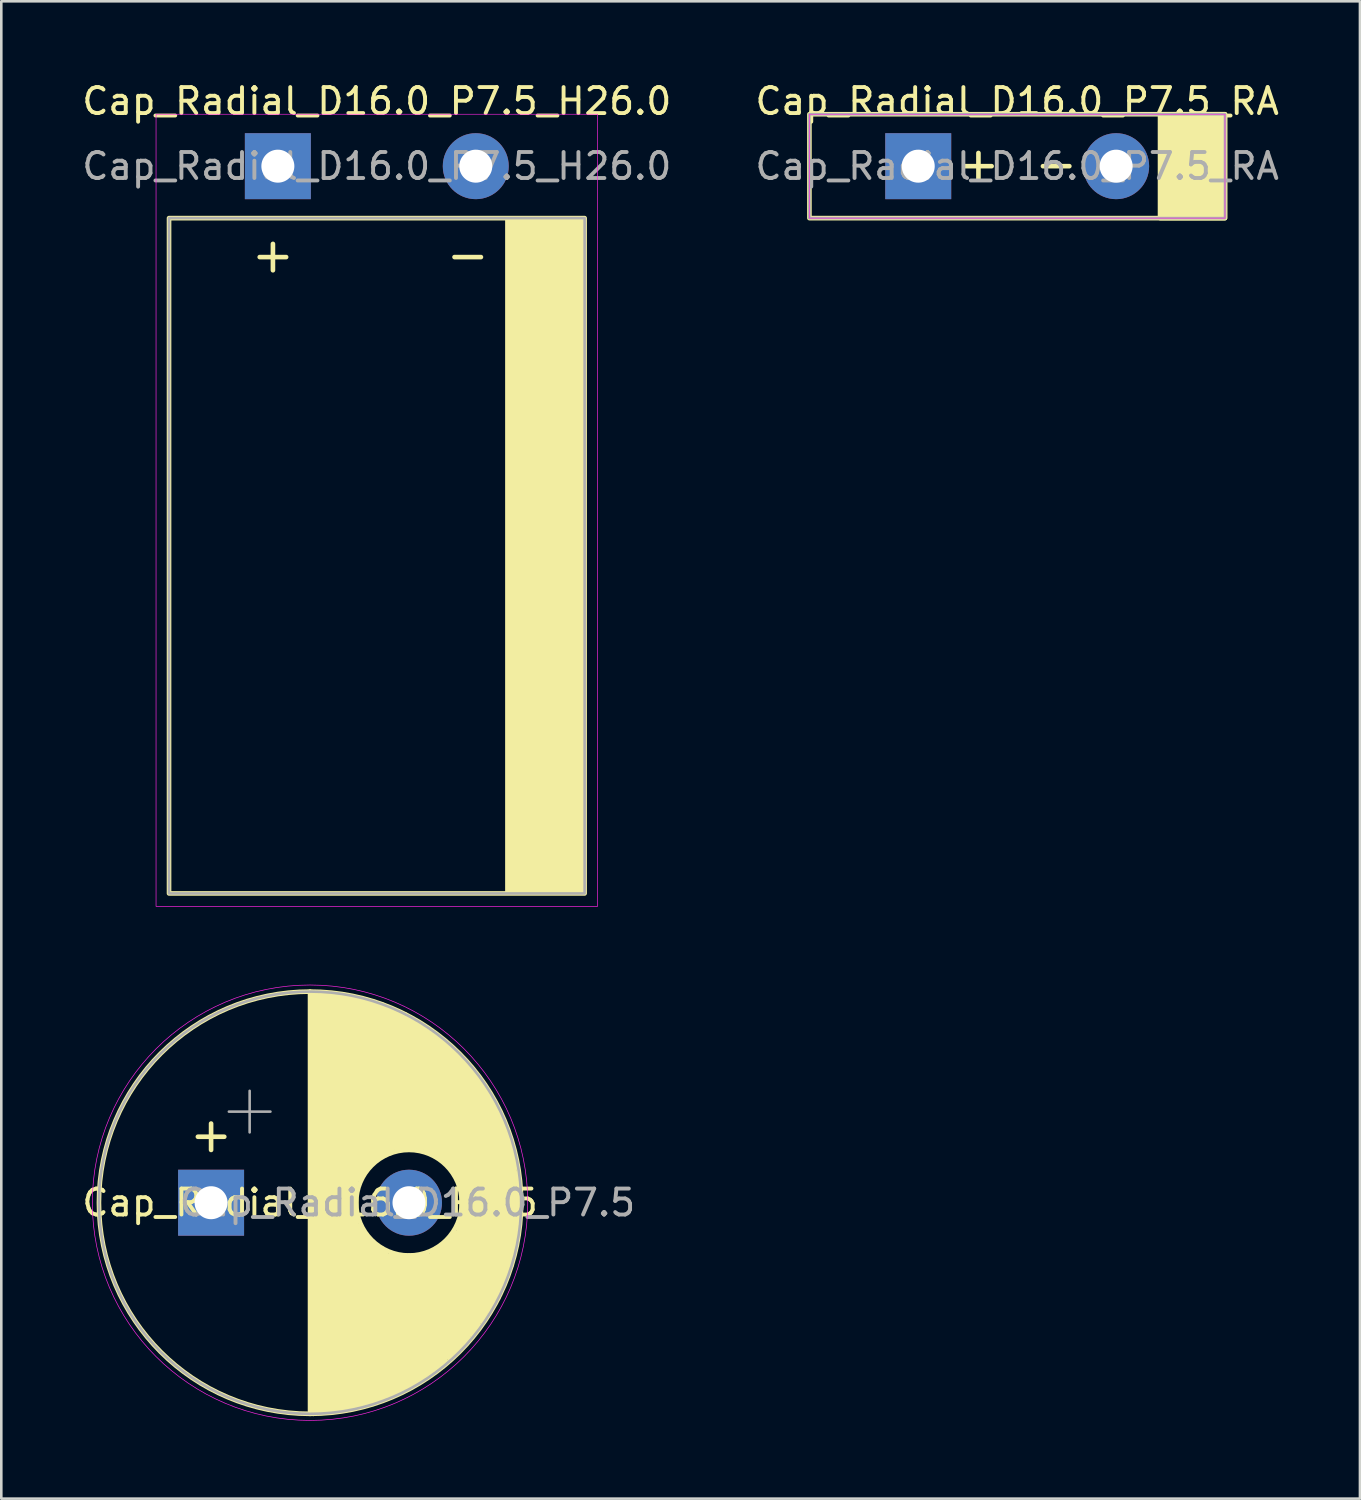
<source format=kicad_pcb>
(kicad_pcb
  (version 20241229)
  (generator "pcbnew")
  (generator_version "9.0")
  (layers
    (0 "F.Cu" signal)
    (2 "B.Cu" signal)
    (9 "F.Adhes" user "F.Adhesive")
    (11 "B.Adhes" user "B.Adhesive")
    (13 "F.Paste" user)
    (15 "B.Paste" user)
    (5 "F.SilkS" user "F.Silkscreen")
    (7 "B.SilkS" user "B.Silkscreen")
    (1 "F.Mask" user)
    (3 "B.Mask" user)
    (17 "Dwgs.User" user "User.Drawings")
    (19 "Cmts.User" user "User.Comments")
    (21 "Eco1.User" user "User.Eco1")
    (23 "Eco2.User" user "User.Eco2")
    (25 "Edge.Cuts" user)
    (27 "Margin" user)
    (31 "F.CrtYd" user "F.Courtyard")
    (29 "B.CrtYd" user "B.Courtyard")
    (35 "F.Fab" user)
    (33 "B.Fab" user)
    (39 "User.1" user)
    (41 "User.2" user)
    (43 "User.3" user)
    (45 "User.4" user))
  (footprint "Cap_Radial_D16.0_P7.5_RA"
    (layer "F.Cu")
    (at 36.113 3.348)
    (property "Reference" "Cap_Radial_D16.0_P7.5_RA" (at 0 -2.5 0) (layer "F.SilkS") (effects (font (size 1 1) (thickness 0.15))))
    (fp_line (start -2 0) (end -0.984 0) (stroke (width 0.178) (type solid)) (layer "F.SilkS"))
    (fp_line (start -1.492 -0.508) (end -1.492 0.508) (stroke (width 0.178) (type solid)) (layer "F.SilkS"))
    (fp_line (start 0.992 0) (end 2.008 0) (stroke (width 0.178) (type solid)) (layer "F.SilkS"))
    (fp_rect (start -8 -2) (end 8 2) (stroke (width 0.178) (type default)) (fill no) (layer "F.SilkS"))
    (fp_rect (start 5.5 -2) (end 8 2) (stroke (width 0.178) (type solid)) (fill yes) (layer "F.SilkS"))
    (fp_rect (start -8 -2) (end 8 2) (stroke (width 0.025) (type solid)) (fill no) (layer "F.CrtYd"))
    (fp_rect (start -8 2) (end 8 -2) (stroke (width 0.1) (type solid)) (fill no) (layer "F.Fab"))
    (fp_text user "${REFERENCE}" (at 0 0 0) (layer "F.Fab") (effects (font (size 1 1) (thickness 0.15))))
    (pad "N" thru_hole circle (at 3.81 0) (size 2.54 2.54) (drill 1.27) (layers "*.Cu" "*.Mask"))
    (pad "P" thru_hole rect (at -3.81 0) (size 2.54 2.54) (drill 1.27) (layers "*.Cu" "*.Mask")))
  (footprint "Cap_Radial_D16.0_P7.5"
    (layer "F.Cu")
    (at 8.887 43.256)
    (property "Reference" "Cap_Radial_D16.0_P7.5" (at 0 0 0) (layer "F.SilkS") (effects (font (size 1 1) (thickness 0.15))))
    (fp_line (start -4.318 -2.54) (end -3.302 -2.54) (stroke (width 0.178) (type solid)) (layer "F.SilkS"))
    (fp_line (start -3.81 -3.048) (end -3.81 -2.032) (stroke (width 0.178) (type solid)) (layer "F.SilkS"))
    (fp_line (start 0 -8.128) (end 0 8.128) (stroke (width 0.178) (type solid)) (layer "F.SilkS"))
    (fp_line (start 0.127 -8.001) (end 0.127 8.128) (stroke (width 0.178) (type solid)) (layer "F.SilkS"))
    (fp_line (start 0.254 -8.001) (end 0.254 8.001) (stroke (width 0.178) (type solid)) (layer "F.SilkS"))
    (fp_line (start 0.381 -8.001) (end 0.381 8.001) (stroke (width 0.178) (type solid)) (layer "F.SilkS"))
    (fp_line (start 0.508 -8.001) (end 0.508 8.001) (stroke (width 0.178) (type solid)) (layer "F.SilkS"))
    (fp_line (start 0.635 -8.001) (end 0.635 8.001) (stroke (width 0.178) (type solid)) (layer "F.SilkS"))
    (fp_line (start 0.762 -8.001) (end 0.762 8.001) (stroke (width 0.178) (type solid)) (layer "F.SilkS"))
    (fp_line (start 0.889 -8.001) (end 0.889 8.001) (stroke (width 0.178) (type solid)) (layer "F.SilkS"))
    (fp_line (start 1.016 -8.001) (end 1.016 8.001) (stroke (width 0.178) (type solid)) (layer "F.SilkS"))
    (fp_line (start 1.143 -8.001) (end 1.143 8.001) (stroke (width 0.178) (type solid)) (layer "F.SilkS"))
    (fp_line (start 1.27 -8.001) (end 1.27 8.001) (stroke (width 0.178) (type solid)) (layer "F.SilkS"))
    (fp_line (start 1.397 -7.874) (end 1.397 7.874) (stroke (width 0.178) (type solid)) (layer "F.SilkS"))
    (fp_line (start 1.524 -7.874) (end 1.524 7.874) (stroke (width 0.178) (type solid)) (layer "F.SilkS"))
    (fp_line (start 1.651 -7.874) (end 1.651 7.874) (stroke (width 0.178) (type solid)) (layer "F.SilkS"))
    (fp_line (start 1.778 -7.874) (end 1.778 7.874) (stroke (width 0.178) (type solid)) (layer "F.SilkS"))
    (fp_line (start 1.905 -7.874) (end 1.905 -0.889) (stroke (width 0.178) (type solid)) (layer "F.SilkS"))
    (fp_line (start 1.905 0.889) (end 1.905 7.874) (stroke (width 0.178) (type solid)) (layer "F.SilkS"))
    (fp_line (start 2.032 -7.747) (end 2.032 -1.016) (stroke (width 0.178) (type solid)) (layer "F.SilkS"))
    (fp_line (start 2.032 1.016) (end 2.032 7.747) (stroke (width 0.178) (type solid)) (layer "F.SilkS"))
    (fp_line (start 2.159 -7.747) (end 2.159 -1.27) (stroke (width 0.178) (type solid)) (layer "F.SilkS"))
    (fp_line (start 2.159 1.27) (end 2.159 7.747) (stroke (width 0.178) (type solid)) (layer "F.SilkS"))
    (fp_line (start 2.286 -7.747) (end 2.286 -1.397) (stroke (width 0.178) (type solid)) (layer "F.SilkS"))
    (fp_line (start 2.286 1.397) (end 2.286 7.747) (stroke (width 0.178) (type solid)) (layer "F.SilkS"))
    (fp_line (start 2.413 -7.747) (end 2.413 -1.524) (stroke (width 0.178) (type solid)) (layer "F.SilkS"))
    (fp_line (start 2.413 1.524) (end 2.413 7.747) (stroke (width 0.178) (type solid)) (layer "F.SilkS"))
    (fp_line (start 2.54 -7.62) (end 2.54 -1.651) (stroke (width 0.178) (type solid)) (layer "F.SilkS"))
    (fp_line (start 2.54 1.651) (end 2.54 7.62) (stroke (width 0.178) (type solid)) (layer "F.SilkS"))
    (fp_line (start 2.667 -7.62) (end 2.667 -1.778) (stroke (width 0.178) (type solid)) (layer "F.SilkS"))
    (fp_line (start 2.667 1.778) (end 2.667 7.62) (stroke (width 0.178) (type solid)) (layer "F.SilkS"))
    (fp_line (start 2.794 -7.62) (end 2.794 -1.778) (stroke (width 0.178) (type solid)) (layer "F.SilkS"))
    (fp_line (start 2.794 1.778) (end 2.794 7.493) (stroke (width 0.178) (type solid)) (layer "F.SilkS"))
    (fp_line (start 2.921 -7.493) (end 2.921 -1.905) (stroke (width 0.178) (type solid)) (layer "F.SilkS"))
    (fp_line (start 2.921 1.905) (end 2.921 7.493) (stroke (width 0.178) (type solid)) (layer "F.SilkS"))
    (fp_line (start 3.048 -7.493) (end 3.048 -1.905) (stroke (width 0.178) (type solid)) (layer "F.SilkS"))
    (fp_line (start 3.048 2.032) (end 3.048 7.493) (stroke (width 0.178) (type solid)) (layer "F.SilkS"))
    (fp_line (start 3.175 -7.366) (end 3.175 -2.032) (stroke (width 0.178) (type solid)) (layer "F.SilkS"))
    (fp_line (start 3.175 2.032) (end 3.175 7.366) (stroke (width 0.178) (type solid)) (layer "F.SilkS"))
    (fp_line (start 3.302 -7.366) (end 3.302 -2.095) (stroke (width 0.178) (type solid)) (layer "F.SilkS"))
    (fp_line (start 3.302 2.032) (end 3.302 7.366) (stroke (width 0.178) (type solid)) (layer "F.SilkS"))
    (fp_line (start 3.429 -7.239) (end 3.429 -2.095) (stroke (width 0.178) (type solid)) (layer "F.SilkS"))
    (fp_line (start 3.429 2.032) (end 3.429 7.239) (stroke (width 0.178) (type solid)) (layer "F.SilkS"))
    (fp_line (start 3.556 -7.239) (end 3.556 -2.095) (stroke (width 0.178) (type solid)) (layer "F.SilkS"))
    (fp_line (start 3.556 2.032) (end 3.556 7.239) (stroke (width 0.178) (type solid)) (layer "F.SilkS"))
    (fp_line (start 3.683 -7.239) (end 3.683 -2.095) (stroke (width 0.178) (type solid)) (layer "F.SilkS"))
    (fp_line (start 3.683 2.032) (end 3.683 7.112) (stroke (width 0.178) (type solid)) (layer "F.SilkS"))
    (fp_line (start 3.81 -7.112) (end 3.81 -2.095) (stroke (width 0.178) (type solid)) (layer "F.SilkS"))
    (fp_line (start 3.81 2.032) (end 3.81 7.112) (stroke (width 0.178) (type solid)) (layer "F.SilkS"))
    (fp_line (start 3.937 -6.985) (end 3.937 -2.095) (stroke (width 0.178) (type solid)) (layer "F.SilkS"))
    (fp_line (start 3.937 2.032) (end 3.937 6.985) (stroke (width 0.178) (type solid)) (layer "F.SilkS"))
    (fp_line (start 4.064 -6.985) (end 4.064 -2.095) (stroke (width 0.178) (type solid)) (layer "F.SilkS"))
    (fp_line (start 4.064 2.032) (end 4.064 6.985) (stroke (width 0.178) (type solid)) (layer "F.SilkS"))
    (fp_line (start 4.191 -6.858) (end 4.191 -2.095) (stroke (width 0.178) (type solid)) (layer "F.SilkS"))
    (fp_line (start 4.191 2.032) (end 4.191 6.858) (stroke (width 0.178) (type solid)) (layer "F.SilkS"))
    (fp_line (start 4.318 -6.858) (end 4.318 -2.095) (stroke (width 0.178) (type solid)) (layer "F.SilkS"))
    (fp_line (start 4.318 2.032) (end 4.318 6.858) (stroke (width 0.178) (type solid)) (layer "F.SilkS"))
    (fp_line (start 4.445 -6.731) (end 4.445 -2.032) (stroke (width 0.178) (type solid)) (layer "F.SilkS"))
    (fp_line (start 4.445 2.032) (end 4.445 6.731) (stroke (width 0.178) (type solid)) (layer "F.SilkS"))
    (fp_line (start 4.572 -6.604) (end 4.572 -2.032) (stroke (width 0.178) (type solid)) (layer "F.SilkS"))
    (fp_line (start 4.572 2.032) (end 4.572 6.604) (stroke (width 0.178) (type solid)) (layer "F.SilkS"))
    (fp_line (start 4.699 -6.604) (end 4.699 -1.905) (stroke (width 0.178) (type solid)) (layer "F.SilkS"))
    (fp_line (start 4.699 1.905) (end 4.699 6.604) (stroke (width 0.178) (type solid)) (layer "F.SilkS"))
    (fp_line (start 4.826 -6.477) (end 4.826 -1.778) (stroke (width 0.178) (type solid)) (layer "F.SilkS"))
    (fp_line (start 4.826 1.778) (end 4.826 6.477) (stroke (width 0.178) (type solid)) (layer "F.SilkS"))
    (fp_line (start 4.953 -6.35) (end 4.953 -1.778) (stroke (width 0.178) (type solid)) (layer "F.SilkS"))
    (fp_line (start 4.953 1.778) (end 4.953 6.35) (stroke (width 0.178) (type solid)) (layer "F.SilkS"))
    (fp_line (start 5.08 -6.223) (end 5.08 -1.651) (stroke (width 0.178) (type solid)) (layer "F.SilkS"))
    (fp_line (start 5.08 1.651) (end 5.08 6.223) (stroke (width 0.178) (type solid)) (layer "F.SilkS"))
    (fp_line (start 5.207 -6.223) (end 5.207 -1.524) (stroke (width 0.178) (type solid)) (layer "F.SilkS"))
    (fp_line (start 5.207 1.524) (end 5.207 6.096) (stroke (width 0.178) (type solid)) (layer "F.SilkS"))
    (fp_line (start 5.334 -6.096) (end 5.334 -1.397) (stroke (width 0.178) (type solid)) (layer "F.SilkS"))
    (fp_line (start 5.334 1.397) (end 5.334 5.969) (stroke (width 0.178) (type solid)) (layer "F.SilkS"))
    (fp_line (start 5.461 -5.969) (end 5.461 -1.27) (stroke (width 0.178) (type solid)) (layer "F.SilkS"))
    (fp_line (start 5.461 1.27) (end 5.461 5.969) (stroke (width 0.178) (type solid)) (layer "F.SilkS"))
    (fp_line (start 5.588 -5.842) (end 5.588 -1.016) (stroke (width 0.178) (type solid)) (layer "F.SilkS"))
    (fp_line (start 5.588 1.143) (end 5.588 5.842) (stroke (width 0.178) (type solid)) (layer "F.SilkS"))
    (fp_line (start 5.715 -5.715) (end 5.715 -0.889) (stroke (width 0.178) (type solid)) (layer "F.SilkS"))
    (fp_line (start 5.715 0.889) (end 5.715 5.715) (stroke (width 0.178) (type solid)) (layer "F.SilkS"))
    (fp_line (start 5.842 -5.588) (end 5.842 5.588) (stroke (width 0.178) (type solid)) (layer "F.SilkS"))
    (fp_line (start 5.969 -5.461) (end 5.969 5.461) (stroke (width 0.178) (type solid)) (layer "F.SilkS"))
    (fp_line (start 6.096 -5.334) (end 6.096 5.334) (stroke (width 0.178) (type solid)) (layer "F.SilkS"))
    (fp_line (start 6.223 -5.207) (end 6.223 5.08) (stroke (width 0.178) (type solid)) (layer "F.SilkS"))
    (fp_line (start 6.35 -4.953) (end 6.35 4.953) (stroke (width 0.178) (type solid)) (layer "F.SilkS"))
    (fp_line (start 6.477 -4.826) (end 6.477 4.826) (stroke (width 0.178) (type solid)) (layer "F.SilkS"))
    (fp_line (start 6.604 -4.699) (end 6.604 4.572) (stroke (width 0.178) (type solid)) (layer "F.SilkS"))
    (fp_line (start 6.731 -4.445) (end 6.731 4.445) (stroke (width 0.178) (type solid)) (layer "F.SilkS"))
    (fp_line (start 6.858 -4.318) (end 6.858 4.191) (stroke (width 0.178) (type solid)) (layer "F.SilkS"))
    (fp_line (start 6.985 -4.064) (end 6.985 4.064) (stroke (width 0.178) (type solid)) (layer "F.SilkS"))
    (fp_line (start 7.112 -3.81) (end 7.112 3.81) (stroke (width 0.178) (type solid)) (layer "F.SilkS"))
    (fp_line (start 7.239 -3.556) (end 7.239 3.683) (stroke (width 0.178) (type solid)) (layer "F.SilkS"))
    (fp_line (start 7.366 -3.302) (end 7.366 3.302) (stroke (width 0.178) (type solid)) (layer "F.SilkS"))
    (fp_line (start 7.493 -3.048) (end 7.493 3.048) (stroke (width 0.178) (type solid)) (layer "F.SilkS"))
    (fp_line (start 7.62 -2.667) (end 7.62 2.667) (stroke (width 0.178) (type solid)) (layer "F.SilkS"))
    (fp_line (start 7.747 -2.286) (end 7.747 2.413) (stroke (width 0.178) (type solid)) (layer "F.SilkS"))
    (fp_line (start 7.874 -1.905) (end 7.874 1.905) (stroke (width 0.178) (type solid)) (layer "F.SilkS"))
    (fp_line (start 8.001 -1.143) (end 8.001 1.27) (stroke (width 0.178) (type solid)) (layer "F.SilkS"))
    (fp_circle (center 0 0) (end 8.128 0) (stroke (width 0.178) (type solid)) (fill no) (layer "F.SilkS"))
    (fp_circle (center 3.81 0) (end 5.842 0) (stroke (width 0.178) (type solid)) (fill no) (layer "F.SilkS"))
    (fp_circle (center 0 0) (end 8.382 0) (stroke (width 0.025) (type solid)) (fill no) (layer "F.CrtYd"))
    (fp_line (start -3.125 -3.507) (end -1.525 -3.507) (stroke (width 0.1) (type solid)) (layer "F.Fab"))
    (fp_line (start -2.325 -4.308) (end -2.325 -2.708) (stroke (width 0.1) (type solid)) (layer "F.Fab"))
    (fp_circle (center 0 0) (end 8.128 0) (stroke (width 0.1) (type solid)) (fill no) (layer "F.Fab"))
    (fp_text user "${REFERENCE}" (at 3.75 0 0) (layer "F.Fab") (effects (font (size 1 1) (thickness 0.15))))
    (pad "N" thru_hole circle (at 3.81 0) (size 2.54 2.54) (drill 1.27) (layers "*.Cu" "*.Mask"))
    (pad "P" thru_hole rect (at -3.81 0) (size 2.54 2.54) (drill 1.27) (layers "*.Cu" "*.Mask")))
  (footprint "Cap_Radial_D16.0_P7.5_H26.0"
    (layer "F.Cu")
    (at 11.458 3.348)
    (property "Reference" "Cap_Radial_D16.0_P7.5_H26.0" (at 0 -2.5 0) (layer "F.SilkS") (effects (font (size 1 1) (thickness 0.15))))
    (fp_line (start -4.508 3.5) (end -3.492 3.5) (stroke (width 0.178) (type solid)) (layer "F.SilkS"))
    (fp_line (start -4 2.992) (end -4 4.008) (stroke (width 0.178) (type solid)) (layer "F.SilkS"))
    (fp_line (start 2.992 3.5) (end 4.008 3.5) (stroke (width 0.178) (type solid)) (layer "F.SilkS"))
    (fp_rect (start -8 2) (end 8 28) (stroke (width 0.178) (type solid)) (fill no) (layer "F.SilkS"))
    (fp_rect (start 8 2) (end 5 28) (stroke (width 0.12) (type solid)) (fill yes) (layer "F.SilkS"))
    (fp_rect (start -8.5 28.5) (end 8.5 -2) (stroke (width 0.025) (type solid)) (fill no) (layer "F.CrtYd"))
    (fp_rect (start -8 2) (end 8 28) (stroke (width 0.1) (type solid)) (fill no) (layer "F.Fab"))
    (fp_text user "${REFERENCE}" (at 0 0 0) (layer "F.Fab") (effects (font (size 1 1) (thickness 0.15))))
    (pad "N" thru_hole circle (at 3.81 0) (size 2.54 2.54) (drill 1.27) (layers "*.Cu" "*.Mask"))
    (pad "P" thru_hole rect (at -3.81 0) (size 2.54 2.54) (drill 1.27) (layers "*.Cu" "*.Mask")))
  (gr_rect
    (start -3 -3)
    (end 49.31 54.65)
    (stroke (width 0.1) (type default))
    (fill no)
    (layer "Edge.Cuts")))
</source>
